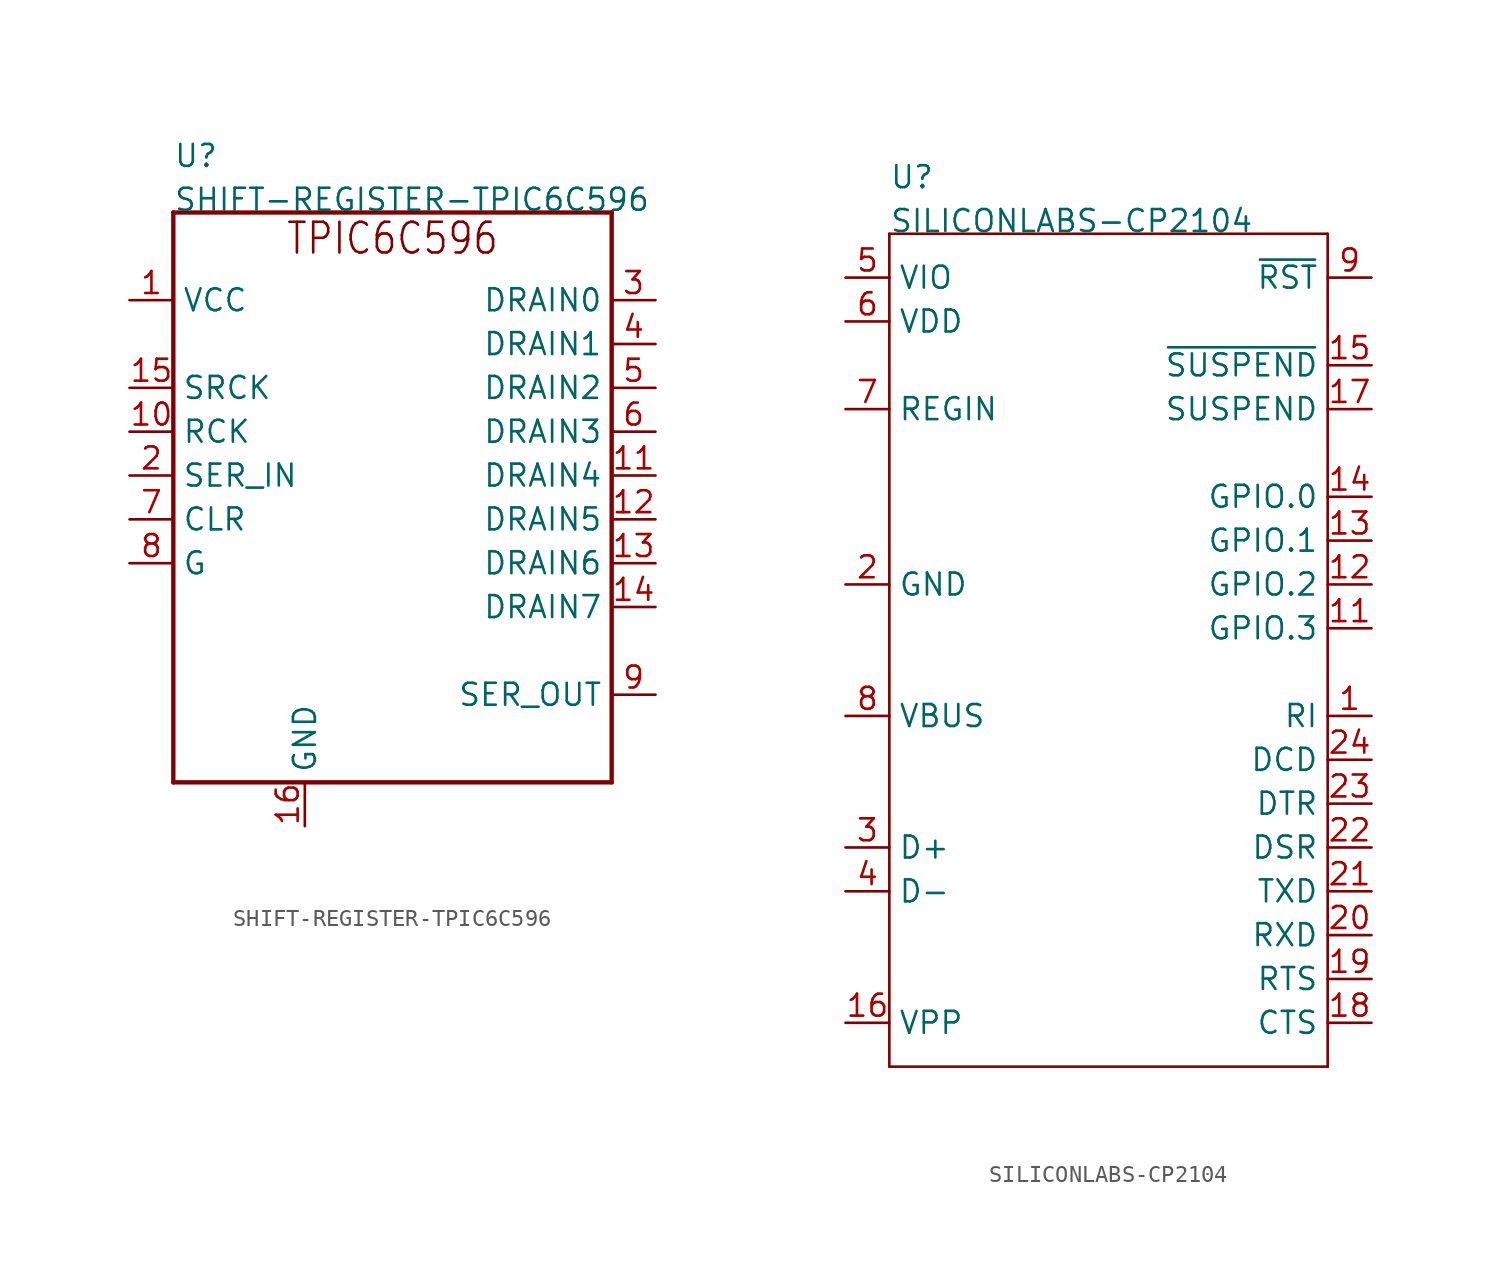
<source format=kicad_sym>
(kicad_symbol_lib
  (version 20211014)
  (generator kicad_symbol_editor)
  (symbol "SHIFT-REGISTER-TPIC6C596"
    (pin_names)
    (property "Reference" "U"
      (at -12.7 17.78 0)
      (effects (font (size 1.27 1.27)) (justify left bottom)))
    (property "Value" "SHIFT-REGISTER-TPIC6C596"
      (at -12.7 15.24 0)
      (effects (font (size 1.27 1.27)) (justify left bottom)))
    (property "Datasheet" ""
      (at 0 0 0))
    (property "ki_description" "TPIC6C596  - IC PWR 8-BIT SHIFT REGIS 16-SOIC  Technical Specifications:    Shift Shift Register 1 Element 8 Bit 16-SOIC   Logic Type: Shift Register   Function: Serial to Parallel, Serial   1 Element, 8-Bit   Supply Voltage: 4.5V~5.5V   Output Clamp Voltage: 33V   ESD Protection: 2500V         Component Search:  TPIC6C596   Datasheet:  TPIC6C596 Power Logic 8-Bit Shift Register datasheet (Rev. D)  "
      (at 0 0 0))
    (property "ki_fp_filters" "FlashPCB_ICs:SOIC-16-150MIL-3.9MM"
      (at 0 0 0))
    (symbol "SHIFT-REGISTER-TPIC6C596_1_1"
      (text "TPIC6C596" (at 0 12.7 0) (effects (font (size 1.778 1.52)) (justify bottom)))
      (polyline (pts (xy -12.7 15.24) (xy 12.7 15.24)) (stroke (width 0.254)) (fill (type none)))
      (polyline (pts (xy 12.7 15.24) (xy 12.7 -17.78)) (stroke (width 0.254)) (fill (type none)))
      (polyline (pts (xy 12.7 -17.78) (xy -12.7 -17.78)) (stroke (width 0.254)) (fill (type none)))
      (polyline (pts (xy -12.7 -17.78) (xy -12.7 15.24)) (stroke (width 0.254)) (fill (type none)))
      (pin bidirectional line (at 15.24 10.16 180) (length 2.54) (name "DRAIN0" (effects (font (size 1.27 1.27)))) (number "3" (effects (font (size 1.27 1.27)))))
      (pin bidirectional line (at 15.24 7.62 180) (length 2.54) (name "DRAIN1" (effects (font (size 1.27 1.27)))) (number "4" (effects (font (size 1.27 1.27)))))
      (pin bidirectional line (at 15.24 5.08 180) (length 2.54) (name "DRAIN2" (effects (font (size 1.27 1.27)))) (number "5" (effects (font (size 1.27 1.27)))))
      (pin bidirectional line (at 15.24 2.54 180) (length 2.54) (name "DRAIN3" (effects (font (size 1.27 1.27)))) (number "6" (effects (font (size 1.27 1.27)))))
      (pin bidirectional line (at 15.24 0 180) (length 2.54) (name "DRAIN4" (effects (font (size 1.27 1.27)))) (number "11" (effects (font (size 1.27 1.27)))))
      (pin bidirectional line (at 15.24 -2.54 180) (length 2.54) (name "DRAIN5" (effects (font (size 1.27 1.27)))) (number "12" (effects (font (size 1.27 1.27)))))
      (pin bidirectional line (at 15.24 -5.08 180) (length 2.54) (name "DRAIN6" (effects (font (size 1.27 1.27)))) (number "13" (effects (font (size 1.27 1.27)))))
      (pin bidirectional line (at 15.24 -7.62 180) (length 2.54) (name "DRAIN7" (effects (font (size 1.27 1.27)))) (number "14" (effects (font (size 1.27 1.27)))))
      (pin bidirectional line (at 15.24 -12.7 180) (length 2.54) (name "SER_OUT" (effects (font (size 1.27 1.27)))) (number "9" (effects (font (size 1.27 1.27)))))
      (pin bidirectional line (at -5.08 -20.32 90) (length 2.54) (name "GND" (effects (font (size 1.27 1.27)))) (number "16" (effects (font (size 1.27 1.27)))))
      (pin bidirectional line (at -15.24 -5.08 0) (length 2.54) (name "G" (effects (font (size 1.27 1.27)))) (number "8" (effects (font (size 1.27 1.27)))))
      (pin bidirectional line (at -15.24 -2.54 0) (length 2.54) (name "CLR" (effects (font (size 1.27 1.27)))) (number "7" (effects (font (size 1.27 1.27)))))
      (pin bidirectional line (at -15.24 0 0) (length 2.54) (name "SER_IN" (effects (font (size 1.27 1.27)))) (number "2" (effects (font (size 1.27 1.27)))))
      (pin bidirectional line (at -15.24 2.54 0) (length 2.54) (name "RCK" (effects (font (size 1.27 1.27)))) (number "10" (effects (font (size 1.27 1.27)))))
      (pin bidirectional line (at -15.24 5.08 0) (length 2.54) (name "SRCK" (effects (font (size 1.27 1.27)))) (number "15" (effects (font (size 1.27 1.27)))))
      (pin bidirectional line (at -15.24 10.16 0) (length 2.54) (name "VCC" (effects (font (size 1.27 1.27)))) (number "1" (effects (font (size 1.27 1.27)))))))
  (symbol "SILICONLABS-CP2104"
    (pin_names)
    (property "Reference" "U"
      (at -12.7 25.4 0)
      (effects (font (size 1.27 1.27)) (justify left bottom)))
    (property "Value" "SILICONLABS-CP2104"
      (at -12.7 22.86 0)
      (effects (font (size 1.27 1.27)) (justify left bottom)))
    (property "Datasheet" ""
      (at 0 0 0))
    (property "ki_description" "Silicon Labs CP2104  - USB Bridge, USB to UART USB 2.0 UART Interface   Technical Specifications:    Standards: USB 2.0       Component Search:  [DATA SHEET NAME]   Datasheet:  CP2104 "
      (at 0 0 0))
    (property "ki_fp_filters" "FlashPCB_ICs:24-QFN(4X4)"
      (at 0 0 0))
    (symbol "SILICONLABS-CP2104_1_1"
      (polyline (pts (xy -12.7 22.86) (xy 12.7 22.86)) (stroke (width 0.152)) (fill (type none)))
      (polyline (pts (xy 12.7 22.86) (xy 12.7 -25.4)) (stroke (width 0.152)) (fill (type none)))
      (polyline (pts (xy 12.7 -25.4) (xy -12.7 -25.4)) (stroke (width 0.152)) (fill (type none)))
      (polyline (pts (xy -12.7 -25.4) (xy -12.7 22.86)) (stroke (width 0.152)) (fill (type none)))
      (pin bidirectional line (at -15.24 20.32 0) (length 2.54) (name "VIO" (effects (font (size 1.27 1.27)))) (number "5" (effects (font (size 1.27 1.27)))))
      (pin bidirectional line (at -15.24 17.78 0) (length 2.54) (name "VDD" (effects (font (size 1.27 1.27)))) (number "6" (effects (font (size 1.27 1.27)))))
      (pin bidirectional line (at -15.24 12.7 0) (length 2.54) (name "REGIN" (effects (font (size 1.27 1.27)))) (number "7" (effects (font (size 1.27 1.27)))))
      (pin bidirectional line (at -15.24 2.54 0) (length 2.54) (name "GND" (effects (font (size 1.27 1.27)))) (number "2" (effects (font (size 1.27 1.27)))))
      (pin bidirectional line (at -15.24 2.54 0) (length 2.54) hide (name "GND" (effects (font (size 1.27 1.27)))) (number "25" (effects (font (size 1.27 1.27)))))
      (pin bidirectional line (at -15.24 -5.08 0) (length 2.54) (name "VBUS" (effects (font (size 1.27 1.27)))) (number "8" (effects (font (size 1.27 1.27)))))
      (pin bidirectional line (at -15.24 -12.7 0) (length 2.54) (name "D+" (effects (font (size 1.27 1.27)))) (number "3" (effects (font (size 1.27 1.27)))))
      (pin bidirectional line (at -15.24 -15.24 0) (length 2.54) (name "D-" (effects (font (size 1.27 1.27)))) (number "4" (effects (font (size 1.27 1.27)))))
      (pin bidirectional line (at -15.24 -22.86 0) (length 2.54) (name "VPP" (effects (font (size 1.27 1.27)))) (number "16" (effects (font (size 1.27 1.27)))))
      (pin bidirectional line (at 15.24 20.32 180) (length 2.54) (name "~{RST}" (effects (font (size 1.27 1.27)))) (number "9" (effects (font (size 1.27 1.27)))))
      (pin bidirectional line (at 15.24 15.24 180) (length 2.54) (name "~{SUSPEND}" (effects (font (size 1.27 1.27)))) (number "15" (effects (font (size 1.27 1.27)))))
      (pin bidirectional line (at 15.24 12.7 180) (length 2.54) (name "SUSPEND" (effects (font (size 1.27 1.27)))) (number "17" (effects (font (size 1.27 1.27)))))
      (pin bidirectional line (at 15.24 5.08 180) (length 2.54) (name "GPIO.1" (effects (font (size 1.27 1.27)))) (number "13" (effects (font (size 1.27 1.27)))))
      (pin bidirectional line (at 15.24 2.54 180) (length 2.54) (name "GPIO.2" (effects (font (size 1.27 1.27)))) (number "12" (effects (font (size 1.27 1.27)))))
      (pin bidirectional line (at 15.24 0 180) (length 2.54) (name "GPIO.3" (effects (font (size 1.27 1.27)))) (number "11" (effects (font (size 1.27 1.27)))))
      (pin bidirectional line (at 15.24 7.62 180) (length 2.54) (name "GPIO.0" (effects (font (size 1.27 1.27)))) (number "14" (effects (font (size 1.27 1.27)))))
      (pin bidirectional line (at 15.24 -5.08 180) (length 2.54) (name "RI" (effects (font (size 1.27 1.27)))) (number "1" (effects (font (size 1.27 1.27)))))
      (pin bidirectional line (at 15.24 -7.62 180) (length 2.54) (name "DCD" (effects (font (size 1.27 1.27)))) (number "24" (effects (font (size 1.27 1.27)))))
      (pin bidirectional line (at 15.24 -10.16 180) (length 2.54) (name "DTR" (effects (font (size 1.27 1.27)))) (number "23" (effects (font (size 1.27 1.27)))))
      (pin bidirectional line (at 15.24 -12.7 180) (length 2.54) (name "DSR" (effects (font (size 1.27 1.27)))) (number "22" (effects (font (size 1.27 1.27)))))
      (pin bidirectional line (at 15.24 -15.24 180) (length 2.54) (name "TXD" (effects (font (size 1.27 1.27)))) (number "21" (effects (font (size 1.27 1.27)))))
      (pin bidirectional line (at 15.24 -17.78 180) (length 2.54) (name "RXD" (effects (font (size 1.27 1.27)))) (number "20" (effects (font (size 1.27 1.27)))))
      (pin bidirectional line (at 15.24 -20.32 180) (length 2.54) (name "RTS" (effects (font (size 1.27 1.27)))) (number "19" (effects (font (size 1.27 1.27)))))
      (pin bidirectional line (at 15.24 -22.86 180) (length 2.54) (name "CTS" (effects (font (size 1.27 1.27)))) (number "18" (effects (font (size 1.27 1.27))))))))
</source>
